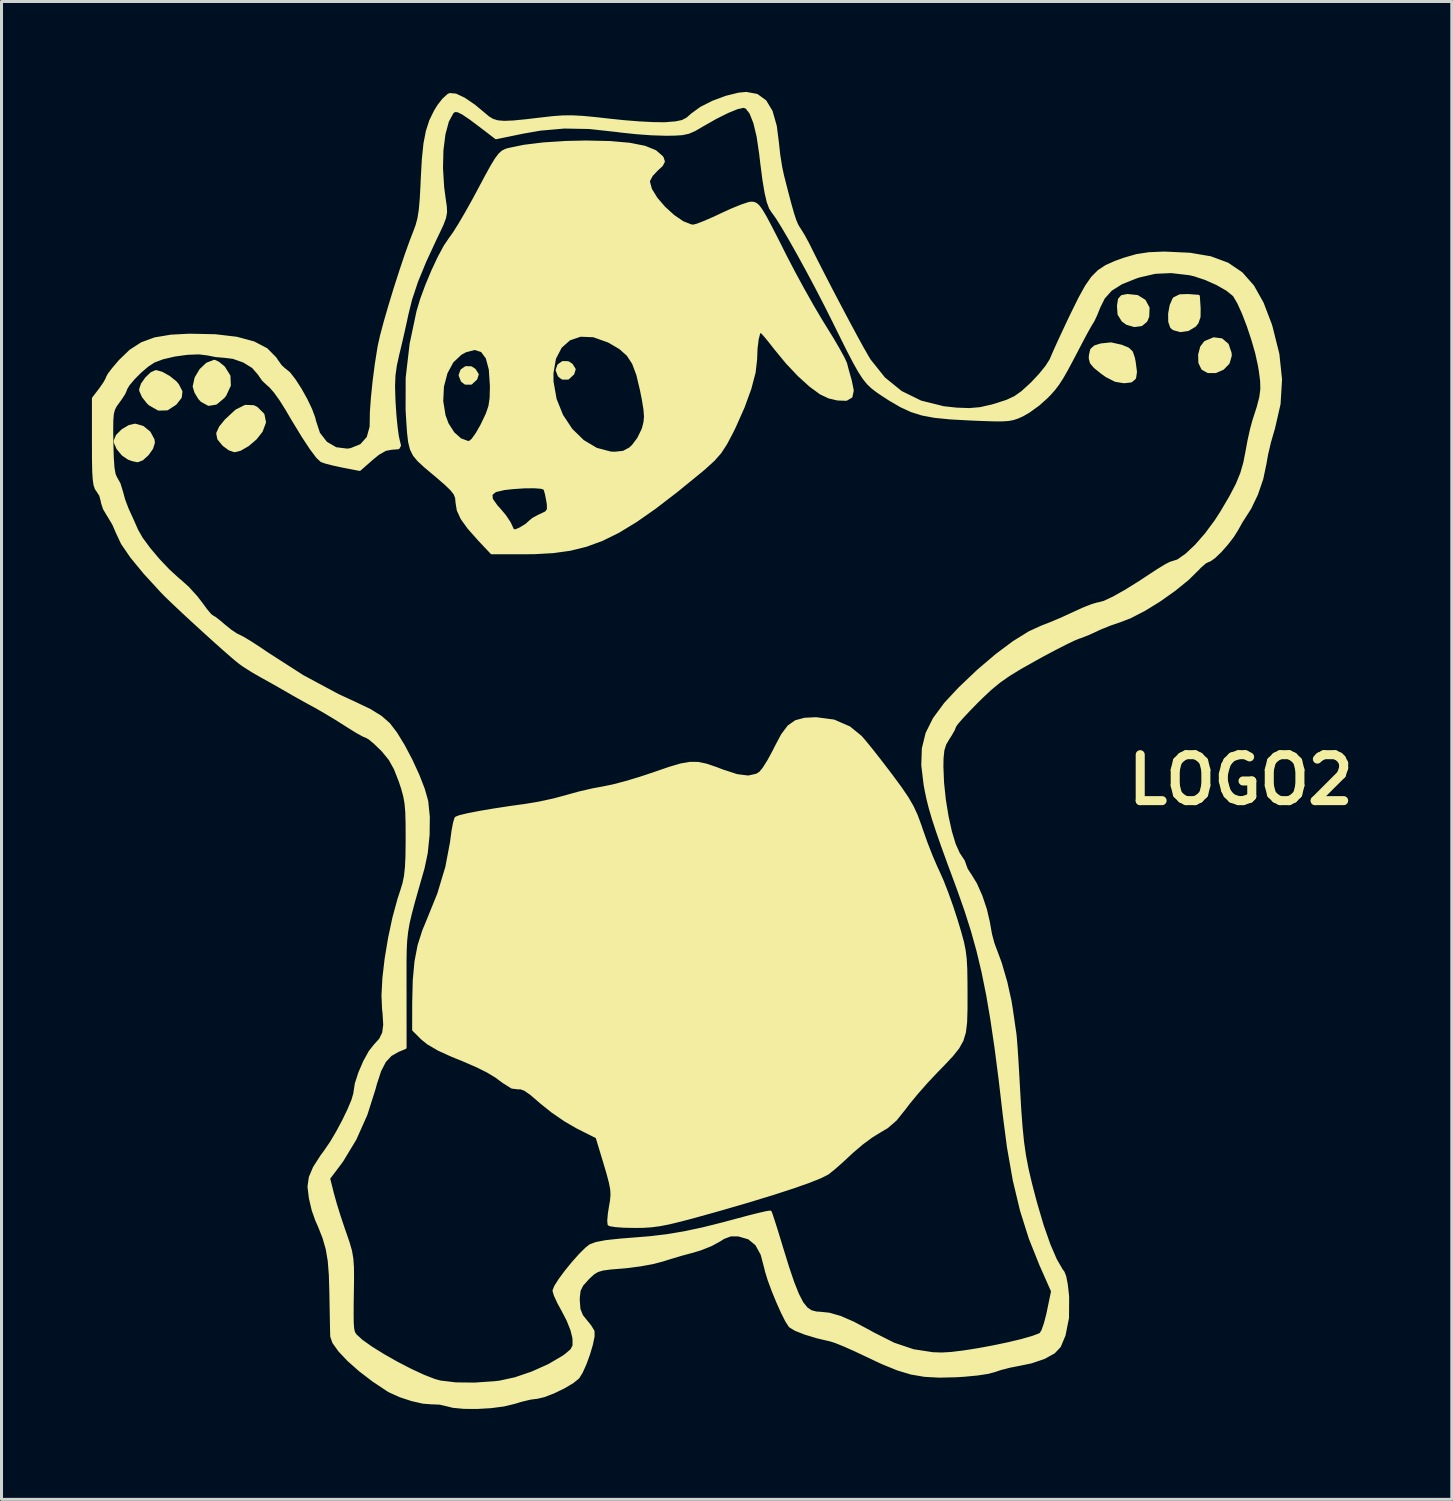
<source format=kicad_pcb>
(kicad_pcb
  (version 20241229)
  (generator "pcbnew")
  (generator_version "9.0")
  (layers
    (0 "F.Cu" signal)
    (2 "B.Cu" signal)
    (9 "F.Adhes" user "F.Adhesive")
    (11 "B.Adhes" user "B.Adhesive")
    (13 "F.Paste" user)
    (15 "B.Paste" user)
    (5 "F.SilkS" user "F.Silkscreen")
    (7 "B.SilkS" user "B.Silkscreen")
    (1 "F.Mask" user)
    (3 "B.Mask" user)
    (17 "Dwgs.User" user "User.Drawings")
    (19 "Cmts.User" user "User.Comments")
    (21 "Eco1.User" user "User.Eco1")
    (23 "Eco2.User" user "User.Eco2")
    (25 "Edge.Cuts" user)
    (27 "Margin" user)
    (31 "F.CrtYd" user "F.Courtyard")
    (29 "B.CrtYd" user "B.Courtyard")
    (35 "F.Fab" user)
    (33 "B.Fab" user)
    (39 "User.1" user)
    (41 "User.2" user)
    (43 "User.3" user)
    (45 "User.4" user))
  (footprint "LOGO2"
    (layer "F.Cu")
    (at 20.92 21.725)
    (property "Reference" "LOGO2" (at 17.2 1.1 0) (layer "F.SilkS") (effects (font (size 1.524 1.524) (thickness 0.3))))
    (attr through_hole)
    (fp_poly (pts (xy -8.137 -12.352) (xy -8.181 -12.212) (xy -8.344 -12.062) (xy -8.526 -12.062) (xy -8.632 -12.145) (xy -8.703 -12.324) (xy -8.648 -12.481) (xy -8.513 -12.576) (xy -8.34 -12.572) (xy -8.229 -12.498) (xy -8.137 -12.352)) (stroke (width 0.1) (type solid)) (fill yes) (layer "F.SilkS"))
    (fp_poly (pts (xy -4.92 -12.521) (xy -4.964 -12.381) (xy -5.127 -12.231) (xy -5.308 -12.231) (xy -5.415 -12.314) (xy -5.485 -12.494) (xy -5.431 -12.65) (xy -5.296 -12.745) (xy -5.123 -12.741) (xy -5.011 -12.668) (xy -4.92 -12.521)) (stroke (width 0.1) (type solid)) (fill yes) (layer "F.SilkS"))
    (fp_poly (pts (xy 14.122 -14.559) (xy 14.11 -14.275) (xy 14.052 -14.134) (xy 13.897 -14.004) (xy 13.668 -13.974) (xy 13.426 -14.044) (xy 13.288 -14.144) (xy 13.159 -14.352) (xy 13.14 -14.631) (xy 13.173 -14.84) (xy 13.257 -14.935) (xy 13.436 -14.97) (xy 13.762 -14.937) (xy 13.998 -14.79) (xy 14.122 -14.559)) (stroke (width 0.1) (type solid)) (fill yes) (layer "F.SilkS"))
    (fp_poly (pts (xy 16.849 -12.973) (xy 16.778 -12.734) (xy 16.599 -12.55) (xy 16.362 -12.447) (xy 16.117 -12.446) (xy 15.934 -12.548) (xy 15.841 -12.744) (xy 15.833 -13.006) (xy 15.9 -13.258) (xy 16.021 -13.415) (xy 16.303 -13.533) (xy 16.558 -13.5) (xy 16.75 -13.336) (xy 16.844 -13.058) (xy 16.849 -12.973)) (stroke (width 0.1) (type solid)) (fill yes) (layer "F.SilkS"))
    (fp_poly (pts (xy 15.816 -14.546) (xy 15.813 -14.26) (xy 15.747 -14.071) (xy 15.668 -13.974) (xy 15.448 -13.843) (xy 15.192 -13.806) (xy 14.97 -13.869) (xy 14.901 -13.928) (xy 14.841 -14.104) (xy 14.838 -14.365) (xy 14.886 -14.636) (xy 14.978 -14.848) (xy 14.992 -14.867) (xy 15.179 -14.96) (xy 15.444 -14.969) (xy 15.79 -14.944) (xy 15.816 -14.546)) (stroke (width 0.1) (type solid)) (fill yes) (layer "F.SilkS"))
    (fp_poly (pts (xy -18.881 -10.087) (xy -18.939 -9.904) (xy -19.08 -9.704) (xy -19.254 -9.547) (xy -19.406 -9.488) (xy -19.57 -9.523) (xy -19.697 -9.567) (xy -19.891 -9.7) (xy -20.059 -9.902) (xy -20.147 -10.104) (xy -20.151 -10.14) (xy -20.079 -10.314) (xy -19.903 -10.491) (xy -19.68 -10.624) (xy -19.492 -10.668) (xy -19.237 -10.597) (xy -19.019 -10.418) (xy -18.893 -10.183) (xy -18.881 -10.087)) (stroke (width 0.1) (type solid)) (fill yes) (layer "F.SilkS"))
    (fp_poly (pts (xy -15.194 -10.767) (xy -15.302 -10.475) (xy -15.493 -10.232) (xy -15.747 -10.015) (xy -16.007 -9.865) (xy -16.188 -9.821) (xy -16.355 -9.878) (xy -16.544 -10.017) (xy -16.556 -10.029) (xy -16.712 -10.221) (xy -16.746 -10.397) (xy -16.655 -10.597) (xy -16.467 -10.827) (xy -16.128 -11.141) (xy -15.826 -11.292) (xy -15.559 -11.281) (xy -15.459 -11.231) (xy -15.245 -11.019) (xy -15.194 -10.767)) (stroke (width 0.1) (type solid)) (fill yes) (layer "F.SilkS"))
    (fp_poly (pts (xy -17.967 -11.784) (xy -17.988 -11.598) (xy -18.151 -11.39) (xy -18.157 -11.384) (xy -18.425 -11.209) (xy -18.705 -11.201) (xy -18.99 -11.361) (xy -19.057 -11.423) (xy -19.215 -11.623) (xy -19.299 -11.812) (xy -19.304 -11.851) (xy -19.247 -12.024) (xy -19.109 -12.22) (xy -18.941 -12.381) (xy -18.796 -12.446) (xy -18.601 -12.391) (xy -18.363 -12.257) (xy -18.153 -12.088) (xy -18.081 -12.004) (xy -17.967 -11.784)) (stroke (width 0.1) (type solid)) (fill yes) (layer "F.SilkS"))
    (fp_poly (pts (xy -16.36 -11.991) (xy -16.507 -11.674) (xy -16.56 -11.606) (xy -16.805 -11.399) (xy -17.047 -11.359) (xy -17.275 -11.485) (xy -17.351 -11.568) (xy -17.473 -11.771) (xy -17.526 -11.951) (xy -17.526 -11.954) (xy -17.465 -12.232) (xy -17.308 -12.496) (xy -17.097 -12.696) (xy -16.87 -12.784) (xy -16.85 -12.785) (xy -16.731 -12.729) (xy -16.567 -12.595) (xy -16.548 -12.577) (xy -16.374 -12.299) (xy -16.36 -11.991)) (stroke (width 0.1) (type solid)) (fill yes) (layer "F.SilkS"))
    (fp_poly (pts (xy 13.704 -12.434) (xy 13.674 -12.235) (xy 13.556 -12.136) (xy 13.336 -12.11) (xy 13.316 -12.11) (xy 13.041 -12.156) (xy 12.747 -12.306) (xy 12.59 -12.418) (xy 12.359 -12.604) (xy 12.24 -12.746) (xy 12.204 -12.889) (xy 12.209 -12.987) (xy 12.25 -13.167) (xy 12.362 -13.268) (xy 12.558 -13.33) (xy 12.889 -13.365) (xy 13.235 -13.288) (xy 13.452 -13.199) (xy 13.57 -13.088) (xy 13.635 -12.897) (xy 13.661 -12.764) (xy 13.704 -12.434)) (stroke (width 0.1) (type solid)) (fill yes) (layer "F.SilkS"))
    (fp_poly (pts (xy 8.082 8.17) (xy 8.081 8.726) (xy 8.068 9.149) (xy 8.028 9.475) (xy 7.947 9.741) (xy 7.812 9.983) (xy 7.609 10.238) (xy 7.324 10.541) (xy 7.103 10.767) (xy 6.777 11.113) (xy 6.451 11.483) (xy 6.171 11.822) (xy 6.034 12.003) (xy 5.745 12.364) (xy 5.458 12.614) (xy 5.218 12.756) (xy 4.949 12.921) (xy 4.623 13.162) (xy 4.303 13.435) (xy 4.233 13.5) (xy 3.959 13.754) (xy 3.706 13.977) (xy 3.516 14.13) (xy 3.471 14.161) (xy 3.24 14.276) (xy 2.86 14.427) (xy 2.344 14.609) (xy 1.707 14.816) (xy 0.964 15.044) (xy 0.13 15.288) (xy -0.313 15.414) (xy -0.921 15.583) (xy -1.398 15.709) (xy -1.774 15.8) (xy -2.08 15.86) (xy -2.347 15.895) (xy -2.605 15.913) (xy -2.886 15.917) (xy -2.912 15.917) (xy -3.264 15.91) (xy -3.548 15.89) (xy -3.725 15.861) (xy -3.762 15.842) (xy -3.772 15.724) (xy -3.752 15.496) (xy -3.718 15.281) (xy -3.68 15.056) (xy -3.664 14.867) (xy -3.675 14.677) (xy -3.72 14.447) (xy -3.803 14.137) (xy -3.93 13.709) (xy -3.948 13.651) (xy -4.16 12.95) (xy -4.815 12.621) (xy -5.211 12.392) (xy -5.637 12.1) (xy -6.007 11.804) (xy -6.031 11.783) (xy -6.334 11.522) (xy -6.548 11.371) (xy -6.701 11.316) (xy -6.772 11.32) (xy -6.981 11.294) (xy -7.257 11.121) (xy -7.266 11.114) (xy -7.513 10.932) (xy -7.794 10.763) (xy -8.143 10.59) (xy -8.596 10.393) (xy -8.965 10.244) (xy -9.407 10.044) (xy -9.767 9.833) (xy -9.96 9.677) (xy -10.245 9.392) (xy -10.243 8.485) (xy -10.225 7.744) (xy -10.168 7.129) (xy -10.066 6.597) (xy -9.911 6.109) (xy -9.782 5.799) (xy -9.413 4.887) (xy -9.145 3.997) (xy -8.989 3.172) (xy -8.983 3.12) (xy -8.939 2.793) (xy -8.89 2.533) (xy -8.845 2.383) (xy -8.835 2.368) (xy -8.716 2.32) (xy -8.452 2.257) (xy -8.068 2.182) (xy -7.586 2.1) (xy -7.029 2.015) (xy -6.526 1.945) (xy -6.082 1.871) (xy -5.599 1.766) (xy -5.179 1.654) (xy -5.171 1.651) (xy -4.757 1.536) (xy -4.304 1.431) (xy -3.937 1.363) (xy -3.626 1.299) (xy -3.21 1.19) (xy -2.742 1.05) (xy -2.274 0.895) (xy -2.244 0.884) (xy -1.752 0.715) (xy -1.376 0.604) (xy -1.075 0.552) (xy -0.808 0.555) (xy -0.532 0.613) (xy -0.206 0.724) (xy -0.005 0.802) (xy 0.48 0.96) (xy 0.857 1.007) (xy 1.142 0.944) (xy 1.261 0.868) (xy 1.377 0.726) (xy 1.535 0.475) (xy 1.707 0.159) (xy 1.772 0.026) (xy 1.992 -0.388) (xy 2.201 -0.666) (xy 2.435 -0.831) (xy 2.731 -0.911) (xy 3.107 -0.929) (xy 3.693 -0.852) (xy 4.208 -0.628) (xy 4.583 -0.321) (xy 4.73 -0.151) (xy 4.951 0.121) (xy 5.219 0.462) (xy 5.506 0.837) (xy 5.587 0.943) (xy 5.898 1.365) (xy 6.126 1.7) (xy 6.295 1.991) (xy 6.43 2.282) (xy 6.554 2.617) (xy 6.603 2.763) (xy 6.755 3.193) (xy 6.927 3.634) (xy 7.091 4.016) (xy 7.154 4.149) (xy 7.289 4.452) (xy 7.449 4.862) (xy 7.614 5.325) (xy 7.754 5.757) (xy 7.876 6.162) (xy 7.963 6.481) (xy 8.02 6.759) (xy 8.055 7.04) (xy 8.073 7.369) (xy 8.08 7.792) (xy 8.082 8.17)) (stroke (width 0.1) (type solid)) (fill yes) (layer "F.SilkS"))
    (fp_poly (pts (xy 4.307 -11.821) (xy 4.265 -11.619) (xy 4.107 -11.527) (xy 3.822 -11.537) (xy 3.536 -11.604) (xy 3.261 -11.735) (xy 2.92 -11.985) (xy 2.54 -12.33) (xy 2.147 -12.745) (xy 1.768 -13.206) (xy 1.762 -13.213) (xy 1.556 -13.476) (xy 1.386 -13.679) (xy 1.28 -13.789) (xy 1.26 -13.801) (xy 1.203 -13.723) (xy 1.152 -13.517) (xy 1.116 -13.224) (xy 1.101 -12.885) (xy 1.101 -12.853) (xy 1.052 -12.424) (xy 0.911 -11.888) (xy 0.687 -11.271) (xy 0.389 -10.602) (xy 0.305 -10.431) (xy 0.105 -10.054) (xy -0.079 -9.771) (xy -0.294 -9.526) (xy -0.583 -9.262) (xy -0.726 -9.141) (xy -1.532 -8.484) (xy -2.241 -7.939) (xy -2.553 -7.72) (xy -2.553 -10.957) (xy -2.57 -11.187) (xy -2.622 -11.506) (xy -2.687 -11.836) (xy -2.809 -12.347) (xy -2.951 -12.726) (xy -3.137 -13.009) (xy -3.393 -13.235) (xy -3.744 -13.441) (xy -3.787 -13.462) (xy -4.274 -13.635) (xy -4.712 -13.653) (xy -5.084 -13.527) (xy -5.375 -13.268) (xy -5.572 -12.886) (xy -5.657 -12.394) (xy -5.655 -12.115) (xy -5.551 -11.526) (xy -5.333 -10.984) (xy -5.019 -10.511) (xy -4.63 -10.132) (xy -4.186 -9.868) (xy -3.709 -9.743) (xy -3.571 -9.737) (xy -3.282 -9.768) (xy -3.064 -9.885) (xy -2.964 -9.977) (xy -2.784 -10.217) (xy -2.639 -10.513) (xy -2.615 -10.582) (xy -2.569 -10.77) (xy -2.553 -10.957) (xy -2.553 -7.72) (xy -2.874 -7.496) (xy -3.451 -7.145) (xy -3.994 -6.877) (xy -4.523 -6.682) (xy -5.059 -6.55) (xy -5.623 -6.472) (xy -5.773 -6.464) (xy -5.773 -7.866) (xy -5.777 -8.042) (xy -5.793 -8.146) (xy -5.838 -8.381) (xy -5.882 -8.541) (xy -5.892 -8.564) (xy -6.002 -8.606) (xy -6.241 -8.625) (xy -6.57 -8.622) (xy -6.95 -8.597) (xy -7.238 -8.565) (xy -7.539 -8.495) (xy -7.666 -8.391) (xy -7.666 -11.916) (xy -7.666 -11.978) (xy -7.702 -12.52) (xy -7.805 -12.906) (xy -7.976 -13.138) (xy -8.213 -13.214) (xy -8.519 -13.137) (xy -8.688 -13.047) (xy -8.969 -12.783) (xy -9.172 -12.405) (xy -9.29 -11.953) (xy -9.314 -11.467) (xy -9.237 -10.988) (xy -9.133 -10.707) (xy -8.938 -10.401) (xy -8.7 -10.187) (xy -8.457 -10.097) (xy -8.382 -10.099) (xy -8.286 -10.179) (xy -8.146 -10.374) (xy -7.99 -10.646) (xy -7.959 -10.708) (xy -7.804 -11.035) (xy -7.715 -11.295) (xy -7.675 -11.564) (xy -7.666 -11.916) (xy -7.666 -8.391) (xy -7.681 -8.378) (xy -7.667 -8.206) (xy -7.499 -7.969) (xy -7.421 -7.886) (xy -7.225 -7.654) (xy -7.073 -7.425) (xy -7.033 -7.342) (xy -6.963 -7.187) (xy -6.878 -7.155) (xy -6.714 -7.226) (xy -6.695 -7.236) (xy -6.505 -7.352) (xy -6.389 -7.456) (xy -6.387 -7.459) (xy -6.276 -7.551) (xy -6.076 -7.658) (xy -6.033 -7.676) (xy -5.847 -7.766) (xy -5.773 -7.866) (xy -5.773 -6.464) (xy -6.237 -6.438) (xy -6.552 -6.435) (xy -7.654 -6.435) (xy -8.073 -6.879) (xy -8.415 -7.265) (xy -8.64 -7.578) (xy -8.765 -7.85) (xy -8.807 -8.109) (xy -8.808 -8.128) (xy -8.821 -8.266) (xy -8.871 -8.393) (xy -8.982 -8.536) (xy -9.175 -8.723) (xy -9.473 -8.981) (xy -9.564 -9.057) (xy -9.859 -9.305) (xy -10.073 -9.502) (xy -10.222 -9.68) (xy -10.319 -9.874) (xy -10.38 -10.118) (xy -10.417 -10.445) (xy -10.446 -10.89) (xy -10.463 -11.18) (xy -10.46 -12.242) (xy -10.329 -13.365) (xy -10.104 -14.43) (xy -9.981 -14.843) (xy -9.809 -15.309) (xy -9.609 -15.787) (xy -9.4 -16.233) (xy -9.2 -16.604) (xy -9.028 -16.857) (xy -9.025 -16.861) (xy -8.897 -17.04) (xy -8.711 -17.337) (xy -8.487 -17.719) (xy -8.245 -18.152) (xy -8.085 -18.45) (xy -7.836 -18.918) (xy -7.648 -19.259) (xy -7.505 -19.493) (xy -7.391 -19.645) (xy -7.29 -19.736) (xy -7.185 -19.788) (xy -7.097 -19.815) (xy -6.585 -19.921) (xy -5.942 -20) (xy -5.206 -20.048) (xy -4.53 -20.063) (xy -3.726 -20.045) (xy -3.079 -19.988) (xy -2.584 -19.89) (xy -2.232 -19.748) (xy -2.018 -19.563) (xy -1.997 -19.532) (xy -1.96 -19.415) (xy -2.024 -19.295) (xy -2.181 -19.151) (xy -2.355 -18.967) (xy -2.45 -18.788) (xy -2.456 -18.745) (xy -2.386 -18.487) (xy -2.202 -18.187) (xy -1.939 -17.881) (xy -1.635 -17.604) (xy -1.326 -17.392) (xy -1.047 -17.281) (xy -0.965 -17.272) (xy -0.829 -17.307) (xy -0.583 -17.403) (xy -0.264 -17.542) (xy -0.029 -17.653) (xy 0.322 -17.814) (xy 0.634 -17.941) (xy 0.865 -18.018) (xy 0.952 -18.034) (xy 1.035 -18.028) (xy 1.111 -17.997) (xy 1.192 -17.923) (xy 1.29 -17.788) (xy 1.417 -17.573) (xy 1.584 -17.26) (xy 1.804 -16.832) (xy 2.072 -16.298) (xy 2.352 -15.759) (xy 2.667 -15.178) (xy 2.986 -14.612) (xy 3.278 -14.118) (xy 3.396 -13.928) (xy 3.633 -13.544) (xy 3.838 -13.195) (xy 3.993 -12.912) (xy 4.079 -12.73) (xy 4.089 -12.7) (xy 4.146 -12.48) (xy 4.224 -12.204) (xy 4.242 -12.141) (xy 4.307 -11.821)) (stroke (width 0.1) (type solid)) (fill yes) (layer "F.SilkS"))
    (fp_poly (pts (xy 18.517 -12.184) (xy 18.468 -11.373) (xy 18.282 -10.559) (xy 18.262 -10.495) (xy 18.151 -10.11) (xy 18.057 -9.712) (xy 17.999 -9.387) (xy 17.999 -9.385) (xy 17.897 -8.901) (xy 17.897 -11.864) (xy 17.89 -12.141) (xy 17.846 -12.476) (xy 17.815 -12.655) (xy 17.728 -13.055) (xy 17.6 -13.503) (xy 17.448 -13.96) (xy 17.286 -14.383) (xy 17.128 -14.732) (xy 16.991 -14.965) (xy 16.966 -14.995) (xy 16.746 -15.173) (xy 16.417 -15.361) (xy 16.036 -15.531) (xy 15.661 -15.656) (xy 15.494 -15.694) (xy 14.888 -15.764) (xy 14.354 -15.74) (xy 13.822 -15.617) (xy 13.716 -15.582) (xy 13.231 -15.387) (xy 12.884 -15.168) (xy 12.643 -14.899) (xy 12.49 -14.59) (xy 12.388 -14.336) (xy 12.298 -14.144) (xy 12.263 -14.086) (xy 12.191 -13.969) (xy 12.066 -13.745) (xy 11.912 -13.456) (xy 11.873 -13.381) (xy 11.616 -12.889) (xy 11.419 -12.52) (xy 11.262 -12.246) (xy 11.129 -12.04) (xy 11.003 -11.873) (xy 10.864 -11.716) (xy 10.761 -11.609) (xy 10.48 -11.358) (xy 10.164 -11.129) (xy 9.962 -11.012) (xy 9.801 -10.939) (xy 9.654 -10.888) (xy 9.488 -10.857) (xy 9.272 -10.843) (xy 8.972 -10.845) (xy 8.558 -10.859) (xy 8.184 -10.875) (xy 7.55 -10.91) (xy 7.047 -10.96) (xy 6.635 -11.036) (xy 6.274 -11.149) (xy 5.925 -11.31) (xy 5.549 -11.53) (xy 5.329 -11.672) (xy 5.136 -11.803) (xy 4.974 -11.927) (xy 4.831 -12.065) (xy 4.693 -12.237) (xy 4.545 -12.466) (xy 4.374 -12.77) (xy 4.165 -13.171) (xy 3.907 -13.69) (xy 3.695 -14.119) (xy 3.419 -14.669) (xy 3.124 -15.239) (xy 2.822 -15.805) (xy 2.527 -16.344) (xy 2.253 -16.83) (xy 2.013 -17.24) (xy 1.82 -17.55) (xy 1.689 -17.734) (xy 1.68 -17.743) (xy 1.594 -17.877) (xy 1.517 -18.085) (xy 1.447 -18.387) (xy 1.377 -18.805) (xy 1.305 -19.361) (xy 1.267 -19.685) (xy 1.183 -20.25) (xy 1.074 -20.704) (xy 0.945 -21.03) (xy 0.803 -21.214) (xy 0.703 -21.249) (xy 0.49 -21.202) (xy 0.17 -21.072) (xy -0.225 -20.875) (xy -0.663 -20.625) (xy -0.68 -20.615) (xy -0.926 -20.472) (xy -1.127 -20.385) (xy -1.339 -20.34) (xy -1.619 -20.323) (xy -1.916 -20.322) (xy -2.357 -20.336) (xy -2.874 -20.374) (xy -3.373 -20.427) (xy -3.514 -20.446) (xy -4.423 -20.545) (xy -5.247 -20.56) (xy -6.044 -20.49) (xy -6.613 -20.391) (xy -7.511 -20.206) (xy -8.01 -20.589) (xy -8.363 -20.853) (xy -8.611 -21.02) (xy -8.777 -21.101) (xy -8.887 -21.108) (xy -8.964 -21.053) (xy -9.125 -20.756) (xy -9.24 -20.326) (xy -9.307 -19.797) (xy -9.322 -19.198) (xy -9.283 -18.562) (xy -9.229 -18.156) (xy -9.194 -17.916) (xy -9.187 -17.73) (xy -9.22 -17.551) (xy -9.302 -17.332) (xy -9.446 -17.026) (xy -9.514 -16.886) (xy -9.874 -16.11) (xy -10.148 -15.442) (xy -10.344 -14.853) (xy -10.466 -14.362) (xy -10.549 -13.975) (xy -10.653 -13.516) (xy -10.757 -13.079) (xy -10.767 -13.039) (xy -10.851 -12.66) (xy -10.898 -12.327) (xy -10.913 -11.974) (xy -10.901 -11.536) (xy -10.893 -11.388) (xy -10.865 -10.977) (xy -10.828 -10.602) (xy -10.788 -10.311) (xy -10.761 -10.181) (xy -10.716 -9.995) (xy -10.757 -9.92) (xy -10.922 -9.906) (xy -10.958 -9.906) (xy -11.182 -9.865) (xy -11.426 -9.726) (xy -11.637 -9.553) (xy -12.038 -9.201) (xy -12.602 -9.31) (xy -12.91 -9.377) (xy -13.164 -9.442) (xy -13.301 -9.49) (xy -13.434 -9.615) (xy -13.639 -9.886) (xy -13.911 -10.299) (xy -14.246 -10.848) (xy -14.454 -11.202) (xy -14.651 -11.517) (xy -14.843 -11.784) (xy -15 -11.963) (xy -15.044 -11.998) (xy -15.233 -12.174) (xy -15.377 -12.381) (xy -15.571 -12.604) (xy -15.877 -12.793) (xy -16.235 -12.918) (xy -16.511 -12.952) (xy -16.808 -12.977) (xy -17.077 -13.031) (xy -17.369 -13.067) (xy -17.758 -13.052) (xy -18.181 -12.994) (xy -18.577 -12.901) (xy -18.87 -12.79) (xy -19.076 -12.654) (xy -19.311 -12.455) (xy -19.536 -12.23) (xy -19.714 -12.02) (xy -19.807 -11.862) (xy -19.812 -11.832) (xy -19.859 -11.725) (xy -19.979 -11.541) (xy -20.043 -11.454) (xy -20.139 -11.321) (xy -20.204 -11.197) (xy -20.242 -11.046) (xy -20.26 -10.831) (xy -20.264 -10.517) (xy -20.259 -10.095) (xy -20.245 -9.601) (xy -20.221 -9.253) (xy -20.182 -9.029) (xy -20.126 -8.906) (xy -20.122 -8.901) (xy -20.022 -8.724) (xy -19.946 -8.482) (xy -19.942 -8.467) (xy -19.867 -8.192) (xy -19.753 -7.89) (xy -19.727 -7.832) (xy -19.589 -7.53) (xy -19.454 -7.225) (xy -19.435 -7.18) (xy -19.279 -6.907) (xy -19.029 -6.567) (xy -18.721 -6.201) (xy -18.39 -5.852) (xy -18.073 -5.561) (xy -18.001 -5.503) (xy -17.732 -5.26) (xy -17.456 -4.955) (xy -17.308 -4.763) (xy -17.139 -4.533) (xy -17.005 -4.373) (xy -16.938 -4.318) (xy -16.847 -4.266) (xy -16.676 -4.133) (xy -16.547 -4.021) (xy -16.323 -3.84) (xy -16.122 -3.707) (xy -16.044 -3.671) (xy -15.907 -3.602) (xy -15.669 -3.458) (xy -15.366 -3.262) (xy -15.113 -3.09) (xy -13.931 -2.331) (xy -12.761 -1.703) (xy -12.192 -1.44) (xy -11.7 -1.205) (xy -11.339 -0.981) (xy -11.073 -0.748) (xy -11.065 -0.739) (xy -10.838 -0.441) (xy -10.586 -0.029) (xy -10.334 0.449) (xy -10.106 0.944) (xy -9.925 1.408) (xy -9.816 1.792) (xy -9.81 1.82) (xy -9.759 2.331) (xy -9.766 2.922) (xy -9.826 3.516) (xy -9.932 4.022) (xy -10.11 4.644) (xy -10.249 5.135) (xy -10.353 5.527) (xy -10.429 5.852) (xy -10.479 6.142) (xy -10.51 6.43) (xy -10.526 6.748) (xy -10.532 7.129) (xy -10.532 7.603) (xy -10.531 8.061) (xy -10.53 9.983) (xy -10.76 10.078) (xy -11.013 10.221) (xy -11.21 10.433) (xy -11.37 10.743) (xy -11.514 11.183) (xy -11.555 11.339) (xy -11.83 12.203) (xy -12.193 13.016) (xy -12.621 13.724) (xy -12.708 13.844) (xy -13.068 14.321) (xy -12.936 14.844) (xy -12.845 15.171) (xy -12.717 15.583) (xy -12.576 16.005) (xy -12.532 16.129) (xy -12.418 16.462) (xy -12.341 16.729) (xy -12.297 16.982) (xy -12.276 17.27) (xy -12.273 17.645) (xy -12.277 17.949) (xy -12.285 18.475) (xy -12.287 18.858) (xy -12.283 19.124) (xy -12.27 19.299) (xy -12.248 19.411) (xy -12.213 19.485) (xy -12.174 19.537) (xy -11.974 19.72) (xy -11.655 19.946) (xy -11.253 20.196) (xy -10.805 20.45) (xy -10.348 20.686) (xy -9.92 20.885) (xy -9.558 21.026) (xy -9.366 21.079) (xy -8.848 21.141) (xy -8.226 21.148) (xy -7.556 21.102) (xy -7.386 21.082) (xy -6.876 20.971) (xy -6.31 20.778) (xy -5.757 20.53) (xy -5.286 20.255) (xy -5.182 20.18) (xy -4.999 20.022) (xy -4.924 19.876) (xy -4.925 19.663) (xy -4.931 19.602) (xy -4.996 19.343) (xy -5.126 19.018) (xy -5.28 18.72) (xy -5.433 18.44) (xy -5.543 18.201) (xy -5.588 18.053) (xy -5.588 18.049) (xy -5.534 17.911) (xy -5.391 17.687) (xy -5.188 17.413) (xy -4.954 17.126) (xy -4.718 16.861) (xy -4.51 16.655) (xy -4.383 16.556) (xy -4.188 16.483) (xy -3.862 16.421) (xy -3.39 16.37) (xy -3.028 16.342) (xy -2.404 16.291) (xy -1.832 16.223) (xy -1.268 16.128) (xy -0.664 16) (xy 0.025 15.828) (xy 0.502 15.7) (xy 0.898 15.594) (xy 1.231 15.511) (xy 1.469 15.457) (xy 1.581 15.441) (xy 1.585 15.442) (xy 1.619 15.53) (xy 1.691 15.749) (xy 1.793 16.071) (xy 1.914 16.465) (xy 1.956 16.605) (xy 2.162 17.271) (xy 2.338 17.79) (xy 2.494 18.18) (xy 2.638 18.458) (xy 2.783 18.64) (xy 2.937 18.745) (xy 3.111 18.79) (xy 3.22 18.796) (xy 3.541 18.829) (xy 3.904 18.933) (xy 4.336 19.121) (xy 4.866 19.403) (xy 4.984 19.47) (xy 5.679 19.821) (xy 6.329 20.04) (xy 6.977 20.14) (xy 7.278 20.15) (xy 7.598 20.131) (xy 8.015 20.08) (xy 8.493 20.004) (xy 8.995 19.911) (xy 9.486 19.808) (xy 9.928 19.702) (xy 10.286 19.6) (xy 10.524 19.511) (xy 10.565 19.487) (xy 10.633 19.376) (xy 10.714 19.142) (xy 10.795 18.832) (xy 10.814 18.741) (xy 10.954 18.066) (xy 10.563 17.182) (xy 10.212 16.304) (xy 9.922 15.382) (xy 9.683 14.385) (xy 9.489 13.28) (xy 9.353 12.234) (xy 9.213 11.036) (xy 9.077 9.984) (xy 8.94 9.054) (xy 8.798 8.223) (xy 8.645 7.468) (xy 8.478 6.766) (xy 8.29 6.093) (xy 8.078 5.427) (xy 7.837 4.743) (xy 7.79 4.614) (xy 7.518 3.881) (xy 7.301 3.281) (xy 7.13 2.79) (xy 6.997 2.383) (xy 6.896 2.038) (xy 6.818 1.728) (xy 6.756 1.43) (xy 6.723 1.249) (xy 6.647 0.614) (xy 6.666 0.061) (xy 6.789 -0.441) (xy 7.03 -0.925) (xy 7.399 -1.424) (xy 7.87 -1.93) (xy 8.493 -2.522) (xy 9.101 -3.038) (xy 9.672 -3.464) (xy 10.186 -3.783) (xy 10.601 -3.973) (xy 10.903 -4.09) (xy 11.279 -4.25) (xy 11.652 -4.421) (xy 11.682 -4.436) (xy 11.996 -4.578) (xy 12.269 -4.685) (xy 12.452 -4.739) (xy 12.479 -4.741) (xy 12.669 -4.791) (xy 12.975 -4.935) (xy 13.378 -5.161) (xy 13.86 -5.461) (xy 14.199 -5.685) (xy 14.484 -5.871) (xy 14.719 -6.013) (xy 14.867 -6.089) (xy 14.893 -6.096) (xy 15.115 -6.167) (xy 15.397 -6.364) (xy 15.717 -6.665) (xy 16.052 -7.049) (xy 16.38 -7.493) (xy 16.572 -7.791) (xy 16.867 -8.293) (xy 17.08 -8.702) (xy 17.228 -9.062) (xy 17.331 -9.418) (xy 17.402 -9.779) (xy 17.472 -10.161) (xy 17.555 -10.533) (xy 17.633 -10.819) (xy 17.639 -10.837) (xy 17.777 -11.266) (xy 17.861 -11.59) (xy 17.897 -11.864) (xy 17.897 -8.901) (xy 17.896 -8.894) (xy 17.719 -8.378) (xy 17.498 -7.918) (xy 17.389 -7.747) (xy 17.22 -7.484) (xy 17.065 -7.209) (xy 17.065 -7.208) (xy 16.924 -6.983) (xy 16.729 -6.731) (xy 16.515 -6.489) (xy 16.315 -6.297) (xy 16.164 -6.191) (xy 16.127 -6.181) (xy 16.009 -6.122) (xy 15.84 -5.974) (xy 15.776 -5.905) (xy 15.431 -5.566) (xy 14.989 -5.208) (xy 14.495 -4.858) (xy 13.991 -4.548) (xy 13.523 -4.307) (xy 13.189 -4.178) (xy 12.857 -4.065) (xy 12.529 -3.932) (xy 12.406 -3.874) (xy 12.132 -3.748) (xy 11.872 -3.647) (xy 11.819 -3.631) (xy 11.66 -3.566) (xy 11.386 -3.434) (xy 11.028 -3.251) (xy 10.618 -3.033) (xy 10.379 -2.901) (xy 9.883 -2.622) (xy 9.499 -2.387) (xy 9.183 -2.166) (xy 8.895 -1.929) (xy 8.593 -1.646) (xy 8.446 -1.501) (xy 8.163 -1.211) (xy 7.929 -0.961) (xy 7.769 -0.776) (xy 7.705 -0.682) (xy 7.705 -0.679) (xy 7.661 -0.566) (xy 7.55 -0.375) (xy 7.493 -0.288) (xy 7.378 -0.092) (xy 7.314 0.112) (xy 7.286 0.383) (xy 7.281 0.658) (xy 7.303 1.195) (xy 7.362 1.758) (xy 7.452 2.312) (xy 7.564 2.82) (xy 7.692 3.245) (xy 7.829 3.55) (xy 7.878 3.623) (xy 7.995 3.802) (xy 8.043 3.937) (xy 8.092 4.071) (xy 8.211 4.254) (xy 8.219 4.265) (xy 8.4 4.561) (xy 8.578 4.964) (xy 8.727 5.409) (xy 8.826 5.836) (xy 8.838 5.913) (xy 8.896 6.231) (xy 8.975 6.525) (xy 9.013 6.63) (xy 9.219 7.183) (xy 9.403 7.816) (xy 9.541 8.439) (xy 9.575 8.644) (xy 9.626 8.991) (xy 9.671 9.305) (xy 9.703 9.52) (xy 9.704 9.525) (xy 9.72 9.691) (xy 9.743 9.993) (xy 9.77 10.398) (xy 9.798 10.873) (xy 9.822 11.303) (xy 9.863 12.025) (xy 9.907 12.617) (xy 9.958 13.12) (xy 10.023 13.574) (xy 10.108 14.017) (xy 10.219 14.491) (xy 10.361 15.035) (xy 10.399 15.175) (xy 10.615 15.905) (xy 10.833 16.526) (xy 11.046 17.02) (xy 11.246 17.368) (xy 11.302 17.441) (xy 11.357 17.582) (xy 11.408 17.842) (xy 11.446 18.172) (xy 11.453 18.266) (xy 11.449 18.947) (xy 11.335 19.521) (xy 11.179 19.892) (xy 10.992 20.089) (xy 10.669 20.267) (xy 10.244 20.411) (xy 9.884 20.486) (xy 9.541 20.553) (xy 9.219 20.636) (xy 9.034 20.699) (xy 8.811 20.759) (xy 8.46 20.813) (xy 8.027 20.854) (xy 7.754 20.871) (xy 7.19 20.884) (xy 6.711 20.858) (xy 6.268 20.783) (xy 5.816 20.647) (xy 5.308 20.44) (xy 4.784 20.193) (xy 4.398 20.011) (xy 4.044 19.854) (xy 3.762 19.74) (xy 3.598 19.687) (xy 3.144 19.58) (xy 2.744 19.459) (xy 2.435 19.338) (xy 2.254 19.229) (xy 2.242 19.218) (xy 2.134 19.052) (xy 1.992 18.77) (xy 1.834 18.418) (xy 1.68 18.042) (xy 1.549 17.687) (xy 1.46 17.398) (xy 1.441 17.314) (xy 1.315 16.837) (xy 1.132 16.505) (xy 0.88 16.299) (xy 0.54 16.2) (xy 0.536 16.199) (xy 0.275 16.196) (xy 0.038 16.284) (xy -0.116 16.38) (xy -0.385 16.526) (xy -0.73 16.663) (xy -0.963 16.734) (xy -1.354 16.839) (xy -1.778 16.966) (xy -1.99 17.033) (xy -2.31 17.117) (xy -2.727 17.193) (xy -3.168 17.251) (xy -3.328 17.265) (xy -3.712 17.296) (xy -3.971 17.331) (xy -4.147 17.383) (xy -4.284 17.466) (xy -4.426 17.594) (xy -4.471 17.64) (xy -4.662 17.852) (xy -4.755 18.039) (xy -4.783 18.28) (xy -4.784 18.369) (xy -4.76 18.67) (xy -4.672 18.886) (xy -4.563 19.023) (xy -4.404 19.218) (xy -4.3 19.386) (xy -4.293 19.405) (xy -4.293 19.568) (xy -4.348 19.834) (xy -4.443 20.153) (xy -4.56 20.475) (xy -4.683 20.75) (xy -4.794 20.927) (xy -4.982 21.079) (xy -5.27 21.249) (xy -5.599 21.408) (xy -5.914 21.53) (xy -6.157 21.588) (xy -6.189 21.59) (xy -6.387 21.617) (xy -6.673 21.686) (xy -6.908 21.757) (xy -7.253 21.84) (xy -7.68 21.896) (xy -8.139 21.923) (xy -8.577 21.92) (xy -8.942 21.885) (xy -9.144 21.834) (xy -9.379 21.78) (xy -9.65 21.769) (xy -9.652 21.77) (xy -9.937 21.747) (xy -10.305 21.663) (xy -10.69 21.536) (xy -11.024 21.386) (xy -11.099 21.343) (xy -11.579 21.024) (xy -12.022 20.685) (xy -12.403 20.348) (xy -12.702 20.032) (xy -12.896 19.76) (xy -12.963 19.564) (xy -12.968 19.403) (xy -12.974 19.109) (xy -12.981 18.721) (xy -12.989 18.275) (xy -12.992 18.119) (xy -13.009 17.528) (xy -13.046 17.059) (xy -13.113 16.664) (xy -13.218 16.296) (xy -13.371 15.907) (xy -13.461 15.706) (xy -13.579 15.372) (xy -13.671 14.979) (xy -13.715 14.624) (xy -13.716 14.58) (xy -13.674 14.29) (xy -13.539 13.97) (xy -13.295 13.589) (xy -13.166 13.414) (xy -12.977 13.137) (xy -12.772 12.791) (xy -12.572 12.416) (xy -12.396 12.052) (xy -12.264 11.738) (xy -12.197 11.514) (xy -12.192 11.466) (xy -12.148 11.182) (xy -12.032 10.824) (xy -11.872 10.452) (xy -11.693 10.128) (xy -11.531 9.921) (xy -11.346 9.717) (xy -11.241 9.501) (xy -11.205 9.228) (xy -11.227 8.85) (xy -11.244 8.702) (xy -11.263 8.25) (xy -11.233 7.681) (xy -11.158 7.035) (xy -11.045 6.355) (xy -10.902 5.683) (xy -10.733 5.061) (xy -10.642 4.784) (xy -10.568 4.545) (xy -10.517 4.298) (xy -10.485 4.005) (xy -10.467 3.626) (xy -10.461 3.122) (xy -10.461 3.048) (xy -10.463 2.548) (xy -10.473 2.174) (xy -10.498 1.884) (xy -10.542 1.635) (xy -10.611 1.384) (xy -10.69 1.146) (xy -10.852 0.73) (xy -11.027 0.415) (xy -11.254 0.136) (xy -11.321 0.067) (xy -11.535 -0.139) (xy -11.711 -0.285) (xy -11.808 -0.339) (xy -11.915 -0.383) (xy -12.124 -0.499) (xy -12.395 -0.666) (xy -12.488 -0.726) (xy -12.842 -0.949) (xy -13.215 -1.173) (xy -13.529 -1.352) (xy -13.547 -1.361) (xy -13.891 -1.549) (xy -14.256 -1.754) (xy -14.436 -1.859) (xy -14.771 -2.051) (xy -15.134 -2.255) (xy -15.282 -2.336) (xy -15.586 -2.511) (xy -15.882 -2.699) (xy -16.002 -2.784) (xy -16.171 -2.921) (xy -16.436 -3.15) (xy -16.768 -3.445) (xy -17.14 -3.781) (xy -17.524 -4.132) (xy -17.893 -4.473) (xy -18.218 -4.779) (xy -18.473 -5.025) (xy -18.582 -5.136) (xy -19.164 -5.77) (xy -19.607 -6.309) (xy -19.91 -6.753) (xy -20.072 -7.097) (xy -20.196 -7.385) (xy -20.362 -7.663) (xy -20.373 -7.678) (xy -20.505 -7.901) (xy -20.572 -8.106) (xy -20.574 -8.137) (xy -20.63 -8.346) (xy -20.722 -8.49) (xy -20.777 -8.57) (xy -20.817 -8.686) (xy -20.843 -8.865) (xy -20.86 -9.132) (xy -20.868 -9.514) (xy -20.87 -10.036) (xy -20.87 -10.105) (xy -20.87 -11.557) (xy -20.637 -11.861) (xy -20.497 -12.062) (xy -20.414 -12.212) (xy -20.405 -12.247) (xy -20.352 -12.345) (xy -20.212 -12.53) (xy -20.015 -12.762) (xy -19.992 -12.789) (xy -19.64 -13.129) (xy -19.264 -13.372) (xy -18.829 -13.532) (xy -18.299 -13.621) (xy -17.695 -13.653) (xy -16.833 -13.636) (xy -16.121 -13.552) (xy -15.555 -13.4) (xy -15.131 -13.178) (xy -14.842 -12.885) (xy -14.807 -12.83) (xy -14.669 -12.634) (xy -14.539 -12.51) (xy -14.518 -12.499) (xy -14.381 -12.386) (xy -14.204 -12.157) (xy -14.009 -11.854) (xy -13.82 -11.517) (xy -13.662 -11.186) (xy -13.558 -10.904) (xy -13.535 -10.804) (xy -13.399 -10.39) (xy -13.156 -10.078) (xy -12.831 -9.888) (xy -12.45 -9.84) (xy -12.334 -9.855) (xy -11.986 -9.994) (xy -11.757 -10.25) (xy -11.657 -10.607) (xy -11.654 -10.738) (xy -11.648 -11.098) (xy -11.614 -11.576) (xy -11.558 -12.121) (xy -11.485 -12.687) (xy -11.4 -13.223) (xy -11.388 -13.293) (xy -11.313 -13.628) (xy -11.192 -14.083) (xy -11.037 -14.619) (xy -10.861 -15.197) (xy -10.674 -15.779) (xy -10.491 -16.326) (xy -10.321 -16.798) (xy -10.219 -17.06) (xy -10.134 -17.29) (xy -10.071 -17.523) (xy -10.027 -17.797) (xy -9.995 -18.149) (xy -9.969 -18.619) (xy -9.96 -18.84) (xy -9.924 -19.49) (xy -9.871 -20.005) (xy -9.791 -20.419) (xy -9.679 -20.766) (xy -9.526 -21.079) (xy -9.415 -21.26) (xy -9.252 -21.469) (xy -9.094 -21.612) (xy -9.044 -21.637) (xy -8.852 -21.62) (xy -8.576 -21.49) (xy -8.241 -21.262) (xy -7.927 -21.001) (xy -7.777 -20.874) (xy -7.633 -20.786) (xy -7.465 -20.734) (xy -7.245 -20.715) (xy -6.943 -20.727) (xy -6.531 -20.767) (xy -5.989 -20.831) (xy -5.607 -20.874) (xy -5.281 -20.897) (xy -4.963 -20.898) (xy -4.606 -20.878) (xy -4.162 -20.835) (xy -3.778 -20.791) (xy -3.269 -20.738) (xy -2.764 -20.698) (xy -2.311 -20.674) (xy -1.961 -20.669) (xy -1.876 -20.672) (xy -1.545 -20.699) (xy -1.326 -20.745) (xy -1.161 -20.832) (xy -0.997 -20.975) (xy -0.707 -21.186) (xy -0.311 -21.386) (xy 0.128 -21.549) (xy 0.547 -21.652) (xy 0.79 -21.675) (xy 1.139 -21.61) (xy 1.413 -21.412) (xy 1.616 -21.074) (xy 1.754 -20.589) (xy 1.825 -20.03) (xy 1.868 -19.638) (xy 1.932 -19.234) (xy 1.989 -18.965) (xy 2.131 -18.409) (xy 2.241 -17.992) (xy 2.327 -17.69) (xy 2.396 -17.477) (xy 2.456 -17.33) (xy 2.515 -17.223) (xy 2.539 -17.187) (xy 2.673 -16.973) (xy 2.82 -16.704) (xy 2.854 -16.637) (xy 3.082 -16.179) (xy 3.344 -15.666) (xy 3.624 -15.123) (xy 3.91 -14.579) (xy 4.185 -14.06) (xy 4.436 -13.593) (xy 4.649 -13.206) (xy 4.809 -12.926) (xy 4.877 -12.815) (xy 5.356 -12.216) (xy 5.92 -11.758) (xy 6.577 -11.436) (xy 7.336 -11.247) (xy 7.77 -11.2) (xy 8.193 -11.185) (xy 8.551 -11.216) (xy 8.937 -11.303) (xy 9.094 -11.349) (xy 9.446 -11.464) (xy 9.71 -11.587) (xy 9.95 -11.757) (xy 10.228 -12.01) (xy 10.278 -12.058) (xy 10.536 -12.332) (xy 10.756 -12.603) (xy 10.897 -12.824) (xy 10.918 -12.869) (xy 10.994 -13.049) (xy 11.127 -13.346) (xy 11.303 -13.726) (xy 11.503 -14.152) (xy 11.6 -14.354) (xy 11.858 -14.877) (xy 12.076 -15.271) (xy 12.278 -15.561) (xy 12.49 -15.774) (xy 12.736 -15.936) (xy 13.042 -16.072) (xy 13.335 -16.177) (xy 13.745 -16.295) (xy 14.15 -16.357) (xy 14.632 -16.377) (xy 14.69 -16.377) (xy 15.509 -16.339) (xy 16.191 -16.223) (xy 16.754 -16.015) (xy 17.215 -15.703) (xy 17.594 -15.274) (xy 17.908 -14.715) (xy 18.176 -14.014) (xy 18.203 -13.928) (xy 18.429 -13.024) (xy 18.517 -12.184)) (stroke (width 0.1) (type solid)) (fill yes) (layer "F.SilkS")))
  (gr_rect
    (start -3 -3)
    (end 45.119 46.698)
    (stroke (width 0.1) (type default))
    (fill no)
    (layer "Edge.Cuts")))
</source>
